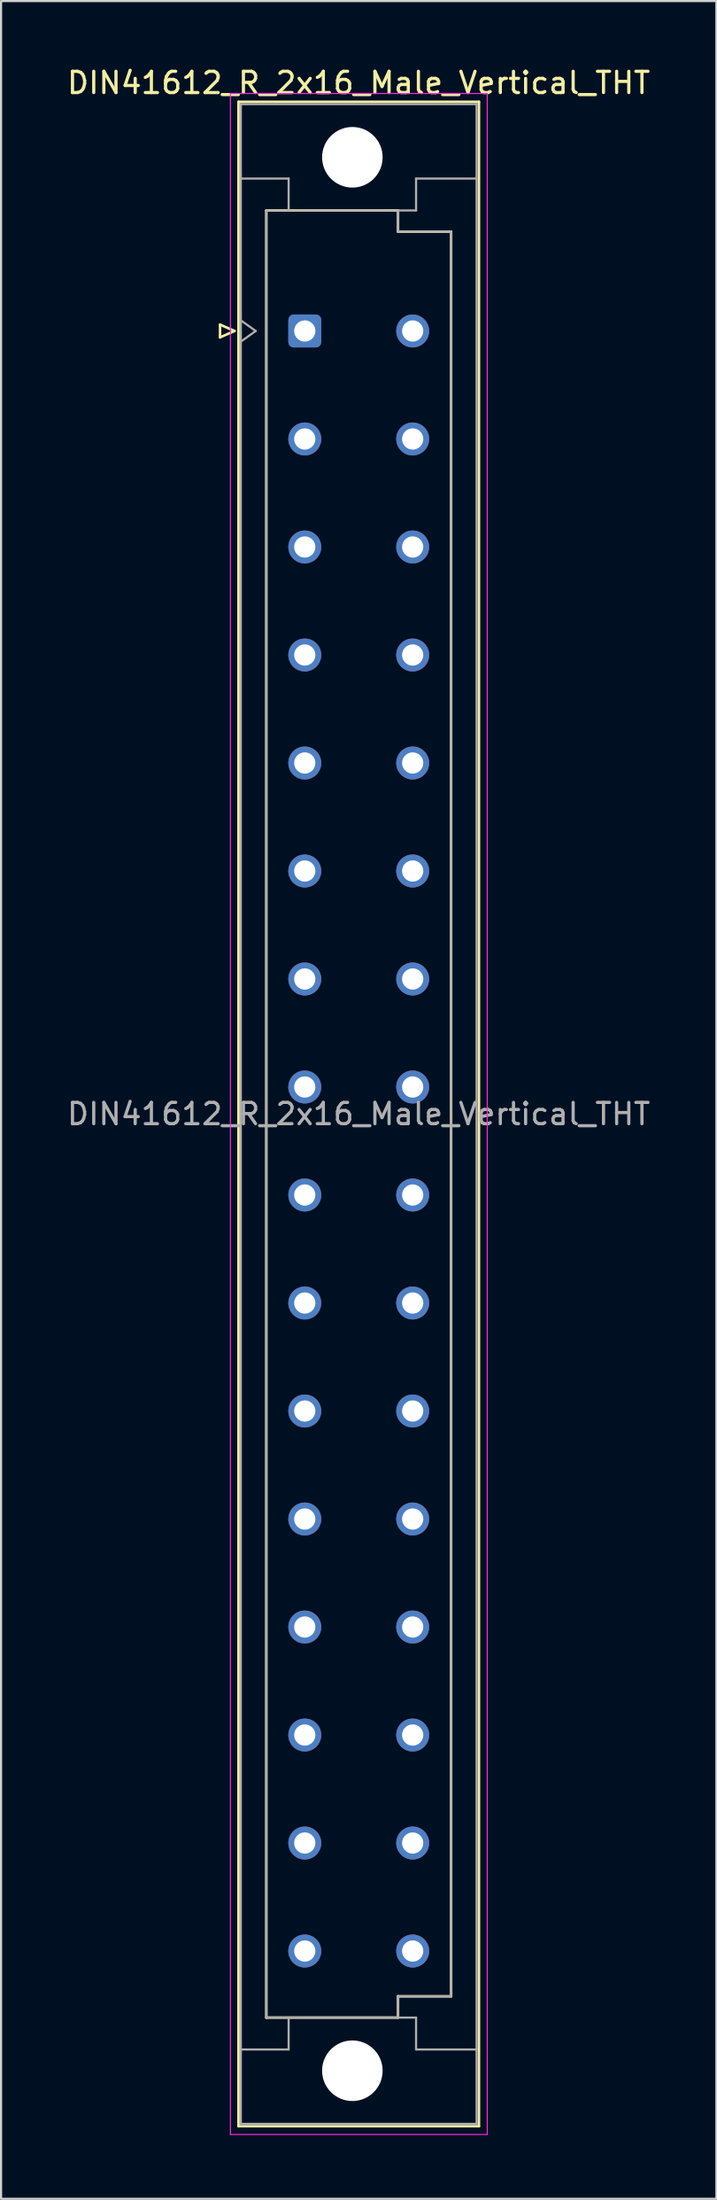
<source format=kicad_pcb>
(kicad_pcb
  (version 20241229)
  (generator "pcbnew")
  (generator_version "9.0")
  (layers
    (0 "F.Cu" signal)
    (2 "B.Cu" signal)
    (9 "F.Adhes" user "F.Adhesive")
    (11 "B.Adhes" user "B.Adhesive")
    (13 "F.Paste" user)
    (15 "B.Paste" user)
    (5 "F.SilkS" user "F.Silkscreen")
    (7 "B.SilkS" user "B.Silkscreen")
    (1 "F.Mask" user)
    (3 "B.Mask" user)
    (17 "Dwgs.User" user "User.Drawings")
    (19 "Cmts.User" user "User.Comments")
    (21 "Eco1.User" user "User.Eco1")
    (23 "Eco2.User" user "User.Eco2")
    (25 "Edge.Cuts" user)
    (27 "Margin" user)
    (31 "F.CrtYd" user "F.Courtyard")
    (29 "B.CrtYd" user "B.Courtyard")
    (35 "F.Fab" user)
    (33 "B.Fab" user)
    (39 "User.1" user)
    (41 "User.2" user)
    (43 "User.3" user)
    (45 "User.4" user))
  (footprint "DIN41612_R_2x16_Male_Vertical_THT"
    (layer "F.Cu")
    (at 11.299 9.978)
    (property "Reference" "DIN41612_R_2x16_Male_Vertical_THT" (at 2.54 -9.13 0) (layer "F.SilkS") (effects (font (size 1 1) (thickness 0.15))))
    (attr through_hole)
    (fp_line (start -3.99 2.24) (end -3.99 2.84) (stroke (width 0.12) (type solid)) (layer "F.SilkS"))
    (fp_line (start -3.99 2.84) (end -3.31 2.54) (stroke (width 0.12) (type solid)) (layer "F.SilkS"))
    (fp_line (start -3.31 2.54) (end -3.99 2.24) (stroke (width 0.12) (type solid)) (layer "F.SilkS"))
    (fp_line (start -3.12 -8.24) (end 8.2 -8.24) (stroke (width 0.12) (type solid)) (layer "F.SilkS"))
    (fp_line (start -3.12 86.98) (end -3.12 -8.24) (stroke (width 0.12) (type solid)) (layer "F.SilkS"))
    (fp_line (start -1.81 -3.131) (end 4.39 -3.131) (stroke (width 0.12) (type solid)) (layer "F.SilkS"))
    (fp_line (start -1.81 81.87) (end -1.81 -3.131) (stroke (width 0.12) (type solid)) (layer "F.SilkS"))
    (fp_line (start 4.39 -3.131) (end 4.39 -2.131) (stroke (width 0.12) (type solid)) (layer "F.SilkS"))
    (fp_line (start 4.39 -2.131) (end 6.89 -2.131) (stroke (width 0.12) (type solid)) (layer "F.SilkS"))
    (fp_line (start 4.39 80.87) (end 4.39 81.87) (stroke (width 0.12) (type solid)) (layer "F.SilkS"))
    (fp_line (start 4.39 81.87) (end -1.81 81.87) (stroke (width 0.12) (type solid)) (layer "F.SilkS"))
    (fp_line (start 6.89 -2.131) (end 6.89 80.87) (stroke (width 0.12) (type solid)) (layer "F.SilkS"))
    (fp_line (start 6.89 80.87) (end 4.39 80.87) (stroke (width 0.12) (type solid)) (layer "F.SilkS"))
    (fp_line (start 8.2 -8.24) (end 8.2 86.98) (stroke (width 0.12) (type solid)) (layer "F.SilkS"))
    (fp_line (start 8.2 86.98) (end -3.12 86.98) (stroke (width 0.12) (type solid)) (layer "F.SilkS"))
    (fp_line (start -3.5 -8.63) (end 8.59 -8.63) (stroke (width 0.05) (type solid)) (layer "F.CrtYd"))
    (fp_line (start -3.5 87.37) (end -3.5 -8.63) (stroke (width 0.05) (type solid)) (layer "F.CrtYd"))
    (fp_line (start 8.59 -8.63) (end 8.59 87.37) (stroke (width 0.05) (type solid)) (layer "F.CrtYd"))
    (fp_line (start 8.59 87.37) (end -3.5 87.37) (stroke (width 0.05) (type solid)) (layer "F.CrtYd"))
    (fp_line (start -3.01 -8.13) (end 8.09 -8.13) (stroke (width 0.1) (type solid)) (layer "F.Fab"))
    (fp_line (start -3.01 -4.63) (end -0.76 -4.63) (stroke (width 0.1) (type solid)) (layer "F.Fab"))
    (fp_line (start -3.01 2.04) (end -2.31 2.54) (stroke (width 0.1) (type solid)) (layer "F.Fab"))
    (fp_line (start -3.01 83.37) (end -0.76 83.37) (stroke (width 0.1) (type solid)) (layer "F.Fab"))
    (fp_line (start -3.01 86.87) (end -3.01 -8.13) (stroke (width 0.1) (type solid)) (layer "F.Fab"))
    (fp_line (start -2.31 2.54) (end -3.01 3.04) (stroke (width 0.1) (type solid)) (layer "F.Fab"))
    (fp_line (start -1.81 -3.13) (end 4.39 -3.13) (stroke (width 0.1) (type solid)) (layer "F.Fab"))
    (fp_line (start -1.81 81.87) (end -1.81 -3.13) (stroke (width 0.1) (type solid)) (layer "F.Fab"))
    (fp_line (start -0.76 -4.63) (end -0.76 -3.13) (stroke (width 0.1) (type solid)) (layer "F.Fab"))
    (fp_line (start -0.76 83.37) (end -0.76 81.87) (stroke (width 0.1) (type solid)) (layer "F.Fab"))
    (fp_line (start 4.39 -3.13) (end 4.39 -2.13) (stroke (width 0.1) (type solid)) (layer "F.Fab"))
    (fp_line (start 4.39 -3.13) (end 5.24 -3.13) (stroke (width 0.1) (type solid)) (layer "F.Fab"))
    (fp_line (start 4.39 -2.13) (end 6.89 -2.13) (stroke (width 0.1) (type solid)) (layer "F.Fab"))
    (fp_line (start 4.39 80.87) (end 4.39 81.87) (stroke (width 0.1) (type solid)) (layer "F.Fab"))
    (fp_line (start 4.39 81.87) (end -1.81 81.87) (stroke (width 0.1) (type solid)) (layer "F.Fab"))
    (fp_line (start 4.39 81.87) (end 5.24 81.87) (stroke (width 0.1) (type solid)) (layer "F.Fab"))
    (fp_line (start 5.24 -4.63) (end 8.09 -4.63) (stroke (width 0.1) (type solid)) (layer "F.Fab"))
    (fp_line (start 5.24 -3.13) (end 5.24 -4.63) (stroke (width 0.1) (type solid)) (layer "F.Fab"))
    (fp_line (start 5.24 81.87) (end 5.24 83.37) (stroke (width 0.1) (type solid)) (layer "F.Fab"))
    (fp_line (start 5.24 83.37) (end 8.09 83.37) (stroke (width 0.1) (type solid)) (layer "F.Fab"))
    (fp_line (start 6.89 -2.13) (end 6.89 80.87) (stroke (width 0.1) (type solid)) (layer "F.Fab"))
    (fp_line (start 6.89 80.87) (end 4.39 80.87) (stroke (width 0.1) (type solid)) (layer "F.Fab"))
    (fp_line (start 8.09 -8.13) (end 8.09 86.87) (stroke (width 0.1) (type solid)) (layer "F.Fab"))
    (fp_line (start 8.09 86.87) (end -3.01 86.87) (stroke (width 0.1) (type solid)) (layer "F.Fab"))
    (fp_text user "${REFERENCE}" (at 2.54 39.37 0) (layer "F.Fab") (effects (font (size 1 1) (thickness 0.15))))
    (pad "" np_thru_hole circle (at 2.24 -5.63) (size 2.85 2.85) (drill 2.85) (layers "*.Cu" "*.Mask"))
    (pad "" np_thru_hole circle (at 2.24 84.37) (size 2.85 2.85) (drill 2.85) (layers "*.Cu" "*.Mask"))
    (pad "a2" thru_hole roundrect (at 0 2.54) (size 1.55 1.55) (drill 1) (layers "*.Cu" "*.Mask") (roundrect_rratio 0.161))
    (pad "a4" thru_hole circle (at 0 7.62) (size 1.55 1.55) (drill 1) (layers "*.Cu" "*.Mask"))
    (pad "a6" thru_hole circle (at 0 12.7) (size 1.55 1.55) (drill 1) (layers "*.Cu" "*.Mask"))
    (pad "a8" thru_hole circle (at 0 17.78) (size 1.55 1.55) (drill 1) (layers "*.Cu" "*.Mask"))
    (pad "a10" thru_hole circle (at 0 22.86) (size 1.55 1.55) (drill 1) (layers "*.Cu" "*.Mask"))
    (pad "a12" thru_hole circle (at 0 27.94) (size 1.55 1.55) (drill 1) (layers "*.Cu" "*.Mask"))
    (pad "a14" thru_hole circle (at 0 33.02) (size 1.55 1.55) (drill 1) (layers "*.Cu" "*.Mask"))
    (pad "a16" thru_hole circle (at 0 38.1) (size 1.55 1.55) (drill 1) (layers "*.Cu" "*.Mask"))
    (pad "a18" thru_hole circle (at 0 43.18) (size 1.55 1.55) (drill 1) (layers "*.Cu" "*.Mask"))
    (pad "a20" thru_hole circle (at 0 48.26) (size 1.55 1.55) (drill 1) (layers "*.Cu" "*.Mask"))
    (pad "a22" thru_hole circle (at 0 53.34) (size 1.55 1.55) (drill 1) (layers "*.Cu" "*.Mask"))
    (pad "a24" thru_hole circle (at 0 58.42) (size 1.55 1.55) (drill 1) (layers "*.Cu" "*.Mask"))
    (pad "a26" thru_hole circle (at 0 63.5) (size 1.55 1.55) (drill 1) (layers "*.Cu" "*.Mask"))
    (pad "a28" thru_hole circle (at 0 68.58) (size 1.55 1.55) (drill 1) (layers "*.Cu" "*.Mask"))
    (pad "a30" thru_hole circle (at 0 73.66) (size 1.55 1.55) (drill 1) (layers "*.Cu" "*.Mask"))
    (pad "a32" thru_hole circle (at 0 78.74) (size 1.55 1.55) (drill 1) (layers "*.Cu" "*.Mask"))
    (pad "c2" thru_hole circle (at 5.08 2.54) (size 1.55 1.55) (drill 1) (layers "*.Cu" "*.Mask"))
    (pad "c4" thru_hole circle (at 5.08 7.62) (size 1.55 1.55) (drill 1) (layers "*.Cu" "*.Mask"))
    (pad "c6" thru_hole circle (at 5.08 12.7) (size 1.55 1.55) (drill 1) (layers "*.Cu" "*.Mask"))
    (pad "c8" thru_hole circle (at 5.08 17.78) (size 1.55 1.55) (drill 1) (layers "*.Cu" "*.Mask"))
    (pad "c10" thru_hole circle (at 5.08 22.86) (size 1.55 1.55) (drill 1) (layers "*.Cu" "*.Mask"))
    (pad "c12" thru_hole circle (at 5.08 27.94) (size 1.55 1.55) (drill 1) (layers "*.Cu" "*.Mask"))
    (pad "c14" thru_hole circle (at 5.08 33.02) (size 1.55 1.55) (drill 1) (layers "*.Cu" "*.Mask"))
    (pad "c16" thru_hole circle (at 5.08 38.1) (size 1.55 1.55) (drill 1) (layers "*.Cu" "*.Mask"))
    (pad "c18" thru_hole circle (at 5.08 43.18) (size 1.55 1.55) (drill 1) (layers "*.Cu" "*.Mask"))
    (pad "c20" thru_hole circle (at 5.08 48.26) (size 1.55 1.55) (drill 1) (layers "*.Cu" "*.Mask"))
    (pad "c22" thru_hole circle (at 5.08 53.34) (size 1.55 1.55) (drill 1) (layers "*.Cu" "*.Mask"))
    (pad "c24" thru_hole circle (at 5.08 58.42) (size 1.55 1.55) (drill 1) (layers "*.Cu" "*.Mask"))
    (pad "c26" thru_hole circle (at 5.08 63.5) (size 1.55 1.55) (drill 1) (layers "*.Cu" "*.Mask"))
    (pad "c28" thru_hole circle (at 5.08 68.58) (size 1.55 1.55) (drill 1) (layers "*.Cu" "*.Mask"))
    (pad "c30" thru_hole circle (at 5.08 73.66) (size 1.55 1.55) (drill 1) (layers "*.Cu" "*.Mask"))
    (pad "c32" thru_hole circle (at 5.08 78.74) (size 1.55 1.55) (drill 1) (layers "*.Cu" "*.Mask")))
  (gr_rect
    (start -3 -3)
    (end 30.679 100.373)
    (stroke (width 0.1) (type default))
    (fill no)
    (layer "Edge.Cuts")))
</source>
